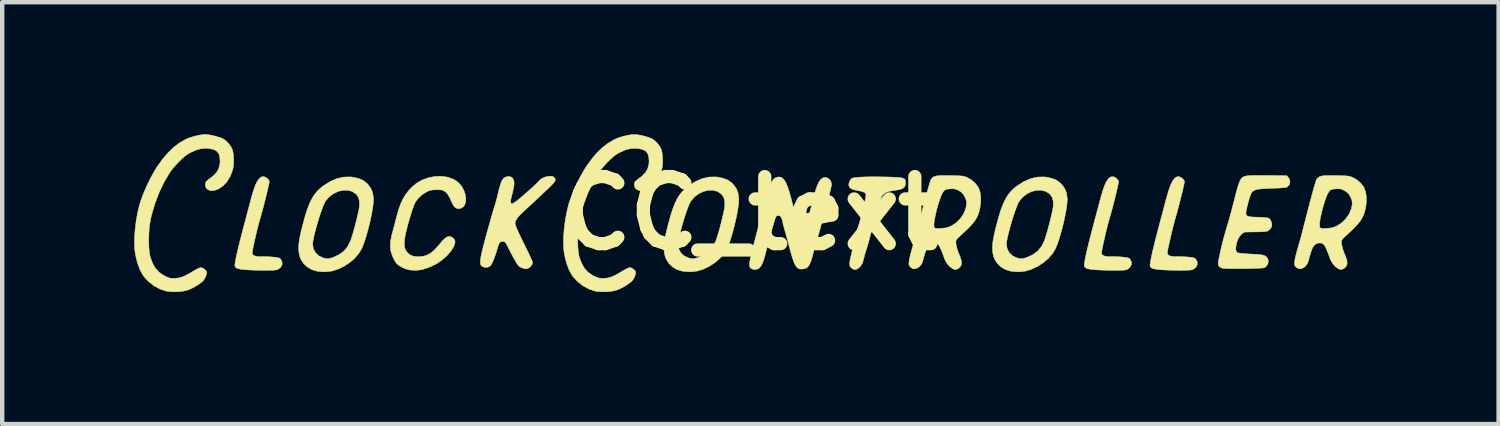
<source format=kicad_pcb>
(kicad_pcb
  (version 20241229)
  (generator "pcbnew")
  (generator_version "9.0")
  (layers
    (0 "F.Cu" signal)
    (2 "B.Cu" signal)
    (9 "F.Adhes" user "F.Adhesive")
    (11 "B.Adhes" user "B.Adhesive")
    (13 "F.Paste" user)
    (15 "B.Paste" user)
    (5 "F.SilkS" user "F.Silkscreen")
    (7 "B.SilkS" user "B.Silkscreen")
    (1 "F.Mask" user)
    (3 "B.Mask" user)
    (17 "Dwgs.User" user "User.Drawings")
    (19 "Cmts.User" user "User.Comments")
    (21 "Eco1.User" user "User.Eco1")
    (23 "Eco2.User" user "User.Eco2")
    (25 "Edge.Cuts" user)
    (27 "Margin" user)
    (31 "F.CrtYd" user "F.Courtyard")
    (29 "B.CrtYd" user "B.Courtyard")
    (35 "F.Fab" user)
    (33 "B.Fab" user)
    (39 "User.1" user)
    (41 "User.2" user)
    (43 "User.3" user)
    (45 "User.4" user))
  (footprint "CC_text"
    (layer "F.Cu")
    (at 14.002 1.797)
    (property "Reference" "CC_text" (at 0 0 0) (layer "F.SilkS") (effects (font (size 1.524 1.524) (thickness 0.3))))
    (attr through_hole)
    (fp_poly (pts (xy -11.043 -0.829) (xy -10.999 -0.807) (xy -10.96 -0.774) (xy -10.936 -0.739) (xy -10.933 -0.725) (xy -10.937 -0.693) (xy -10.948 -0.635) (xy -10.966 -0.556) (xy -10.988 -0.462) (xy -11.014 -0.357) (xy -11.041 -0.246) (xy -11.07 -0.136) (xy -11.098 -0.032) (xy -11.124 0.06) (xy -11.151 0.155) (xy -11.175 0.243) (xy -11.198 0.331) (xy -11.221 0.424) (xy -11.246 0.531) (xy -11.274 0.656) (xy -11.303 0.792) (xy -11.314 0.851) (xy -11.319 0.9) (xy -11.318 0.926) (xy -11.29 0.956) (xy -11.238 0.976) (xy -11.168 0.985) (xy -11.127 0.984) (xy -11.072 0.983) (xy -10.996 0.985) (xy -10.912 0.989) (xy -10.871 0.992) (xy -10.793 0.999) (xy -10.741 1.007) (xy -10.708 1.016) (xy -10.686 1.03) (xy -10.669 1.048) (xy -10.641 1.107) (xy -10.642 1.168) (xy -10.672 1.225) (xy -10.729 1.271) (xy -10.736 1.274) (xy -10.761 1.284) (xy -10.798 1.29) (xy -10.852 1.294) (xy -10.927 1.296) (xy -11.029 1.297) (xy -11.076 1.297) (xy -11.183 1.295) (xy -11.29 1.292) (xy -11.388 1.288) (xy -11.468 1.283) (xy -11.505 1.28) (xy -11.591 1.269) (xy -11.65 1.256) (xy -11.687 1.238) (xy -11.708 1.214) (xy -11.714 1.195) (xy -11.714 1.167) (xy -11.707 1.114) (xy -11.694 1.041) (xy -11.677 0.955) (xy -11.665 0.904) (xy -11.651 0.844) (xy -11.637 0.783) (xy -11.621 0.718) (xy -11.603 0.646) (xy -11.582 0.564) (xy -11.558 0.469) (xy -11.529 0.357) (xy -11.494 0.227) (xy -11.454 0.075) (xy -11.407 -0.102) (xy -11.352 -0.307) (xy -11.336 -0.37) (xy -11.291 -0.522) (xy -11.247 -0.643) (xy -11.202 -0.734) (xy -11.157 -0.795) (xy -11.109 -0.827) (xy -11.06 -0.833) (xy -11.043 -0.829)) (stroke (width 0.01) (type solid)) (fill yes) (layer "F.SilkS"))
    (fp_poly (pts (xy 8.258 -0.829) (xy 8.301 -0.807) (xy 8.34 -0.774) (xy 8.365 -0.739) (xy 8.368 -0.725) (xy 8.364 -0.693) (xy 8.352 -0.635) (xy 8.335 -0.556) (xy 8.313 -0.462) (xy 8.287 -0.357) (xy 8.259 -0.246) (xy 8.231 -0.136) (xy 8.203 -0.032) (xy 8.177 0.06) (xy 8.15 0.155) (xy 8.125 0.243) (xy 8.103 0.331) (xy 8.08 0.424) (xy 8.055 0.531) (xy 8.027 0.656) (xy 7.997 0.792) (xy 7.987 0.851) (xy 7.981 0.9) (xy 7.983 0.926) (xy 8.011 0.956) (xy 8.063 0.976) (xy 8.133 0.985) (xy 8.174 0.984) (xy 8.229 0.983) (xy 8.305 0.985) (xy 8.388 0.989) (xy 8.43 0.992) (xy 8.507 0.999) (xy 8.559 1.007) (xy 8.593 1.016) (xy 8.615 1.03) (xy 8.631 1.048) (xy 8.66 1.107) (xy 8.658 1.168) (xy 8.629 1.225) (xy 8.572 1.271) (xy 8.565 1.274) (xy 8.54 1.284) (xy 8.503 1.29) (xy 8.449 1.294) (xy 8.374 1.296) (xy 8.272 1.297) (xy 8.225 1.297) (xy 8.118 1.295) (xy 8.011 1.292) (xy 7.913 1.288) (xy 7.833 1.283) (xy 7.796 1.28) (xy 7.709 1.269) (xy 7.65 1.256) (xy 7.614 1.238) (xy 7.593 1.214) (xy 7.587 1.195) (xy 7.587 1.167) (xy 7.594 1.114) (xy 7.607 1.041) (xy 7.624 0.955) (xy 7.635 0.904) (xy 7.649 0.844) (xy 7.664 0.783) (xy 7.679 0.718) (xy 7.697 0.646) (xy 7.718 0.564) (xy 7.743 0.469) (xy 7.772 0.357) (xy 7.806 0.227) (xy 7.847 0.075) (xy 7.894 -0.102) (xy 7.948 -0.307) (xy 7.965 -0.37) (xy 8.01 -0.522) (xy 8.054 -0.643) (xy 8.098 -0.734) (xy 8.144 -0.795) (xy 8.191 -0.827) (xy 8.241 -0.833) (xy 8.258 -0.829)) (stroke (width 0.01) (type solid)) (fill yes) (layer "F.SilkS"))
    (fp_poly (pts (xy 9.754 -0.829) (xy 9.797 -0.807) (xy 9.836 -0.774) (xy 9.861 -0.739) (xy 9.864 -0.725) (xy 9.86 -0.693) (xy 9.849 -0.635) (xy 9.831 -0.556) (xy 9.809 -0.462) (xy 9.783 -0.357) (xy 9.755 -0.246) (xy 9.727 -0.136) (xy 9.699 -0.032) (xy 9.673 0.06) (xy 9.646 0.155) (xy 9.621 0.243) (xy 9.599 0.331) (xy 9.576 0.424) (xy 9.551 0.531) (xy 9.523 0.656) (xy 9.493 0.792) (xy 9.483 0.851) (xy 9.477 0.9) (xy 9.479 0.926) (xy 9.507 0.956) (xy 9.559 0.976) (xy 9.629 0.985) (xy 9.67 0.984) (xy 9.725 0.983) (xy 9.801 0.985) (xy 9.884 0.989) (xy 9.926 0.992) (xy 10.003 0.999) (xy 10.055 1.007) (xy 10.089 1.016) (xy 10.111 1.03) (xy 10.127 1.048) (xy 10.156 1.107) (xy 10.154 1.168) (xy 10.125 1.225) (xy 10.068 1.271) (xy 10.061 1.274) (xy 10.036 1.284) (xy 9.999 1.29) (xy 9.945 1.294) (xy 9.87 1.296) (xy 9.768 1.297) (xy 9.721 1.297) (xy 9.614 1.295) (xy 9.507 1.292) (xy 9.409 1.288) (xy 9.329 1.283) (xy 9.292 1.28) (xy 9.205 1.269) (xy 9.146 1.256) (xy 9.11 1.238) (xy 9.089 1.214) (xy 9.083 1.195) (xy 9.083 1.167) (xy 9.09 1.114) (xy 9.103 1.041) (xy 9.12 0.955) (xy 9.131 0.904) (xy 9.145 0.844) (xy 9.16 0.783) (xy 9.176 0.718) (xy 9.193 0.646) (xy 9.214 0.564) (xy 9.239 0.469) (xy 9.268 0.357) (xy 9.302 0.227) (xy 9.343 0.075) (xy 9.39 -0.102) (xy 9.444 -0.307) (xy 9.461 -0.37) (xy 9.506 -0.522) (xy 9.55 -0.643) (xy 9.594 -0.734) (xy 9.64 -0.795) (xy 9.687 -0.827) (xy 9.737 -0.833) (xy 9.754 -0.829)) (stroke (width 0.01) (type solid)) (fill yes) (layer "F.SilkS"))
    (fp_poly (pts (xy 2.964 -0.828) (xy 3.055 -0.827) (xy 3.192 -0.823) (xy 3.299 -0.819) (xy 3.38 -0.813) (xy 3.439 -0.805) (xy 3.48 -0.794) (xy 3.505 -0.778) (xy 3.519 -0.757) (xy 3.525 -0.729) (xy 3.526 -0.694) (xy 3.526 -0.692) (xy 3.52 -0.636) (xy 3.499 -0.594) (xy 3.459 -0.563) (xy 3.397 -0.541) (xy 3.306 -0.523) (xy 3.273 -0.519) (xy 3.178 -0.504) (xy 3.109 -0.486) (xy 3.058 -0.462) (xy 3.018 -0.429) (xy 2.99 -0.394) (xy 2.977 -0.367) (xy 2.958 -0.312) (xy 2.933 -0.236) (xy 2.903 -0.14) (xy 2.871 -0.032) (xy 2.837 0.086) (xy 2.803 0.208) (xy 2.77 0.33) (xy 2.739 0.447) (xy 2.717 0.534) (xy 2.694 0.625) (xy 2.666 0.723) (xy 2.639 0.813) (xy 2.63 0.838) (xy 2.607 0.91) (xy 2.588 0.979) (xy 2.575 1.032) (xy 2.573 1.043) (xy 2.547 1.135) (xy 2.499 1.207) (xy 2.465 1.239) (xy 2.415 1.273) (xy 2.371 1.28) (xy 2.326 1.263) (xy 2.291 1.24) (xy 2.268 1.213) (xy 2.256 1.177) (xy 2.256 1.127) (xy 2.266 1.057) (xy 2.287 0.964) (xy 2.301 0.907) (xy 2.325 0.807) (xy 2.352 0.695) (xy 2.378 0.587) (xy 2.39 0.533) (xy 2.41 0.447) (xy 2.433 0.362) (xy 2.454 0.289) (xy 2.466 0.254) (xy 2.485 0.194) (xy 2.507 0.116) (xy 2.531 0.025) (xy 2.556 -0.071) (xy 2.579 -0.167) (xy 2.599 -0.256) (xy 2.614 -0.333) (xy 2.624 -0.391) (xy 2.627 -0.424) (xy 2.627 -0.425) (xy 2.618 -0.451) (xy 2.596 -0.471) (xy 2.554 -0.489) (xy 2.489 -0.506) (xy 2.396 -0.524) (xy 2.392 -0.525) (xy 2.312 -0.547) (xy 2.261 -0.582) (xy 2.238 -0.63) (xy 2.236 -0.652) (xy 2.246 -0.704) (xy 2.27 -0.754) (xy 2.302 -0.791) (xy 2.313 -0.797) (xy 2.359 -0.809) (xy 2.434 -0.818) (xy 2.535 -0.824) (xy 2.659 -0.828) (xy 2.804 -0.83) (xy 2.964 -0.828)) (stroke (width 0.01) (type solid)) (fill yes) (layer "F.SilkS"))
    (fp_poly (pts (xy -9.042 -0.822) (xy -8.915 -0.795) (xy -8.812 -0.754) (xy -8.728 -0.693) (xy -8.69 -0.655) (xy -8.625 -0.567) (xy -8.585 -0.47) (xy -8.567 -0.357) (xy -8.565 -0.304) (xy -8.571 -0.214) (xy -8.586 -0.1) (xy -8.61 0.032) (xy -8.64 0.174) (xy -8.675 0.32) (xy -8.714 0.463) (xy -8.754 0.596) (xy -8.795 0.713) (xy -8.833 0.805) (xy -8.903 0.92) (xy -8.998 1.028) (xy -9.113 1.125) (xy -9.242 1.208) (xy -9.379 1.272) (xy -9.516 1.314) (xy -9.648 1.33) (xy -9.662 1.33) (xy -9.734 1.327) (xy -9.806 1.321) (xy -9.851 1.315) (xy -9.964 1.281) (xy -10.066 1.222) (xy -10.151 1.143) (xy -10.213 1.048) (xy -10.237 0.987) (xy -10.255 0.911) (xy -10.265 0.833) (xy -10.265 0.748) (xy -10.261 0.707) (xy -9.947 0.707) (xy -9.929 0.81) (xy -9.883 0.897) (xy -9.811 0.965) (xy -9.715 1.011) (xy -9.711 1.012) (xy -9.656 1.027) (xy -9.612 1.033) (xy -9.568 1.027) (xy -9.509 1.011) (xy -9.483 1.002) (xy -9.348 0.941) (xy -9.237 0.859) (xy -9.15 0.754) (xy -9.087 0.626) (xy -9.084 0.619) (xy -9.056 0.535) (xy -9.025 0.433) (xy -8.994 0.321) (xy -8.963 0.204) (xy -8.935 0.09) (xy -8.911 -0.014) (xy -8.893 -0.101) (xy -8.884 -0.165) (xy -8.883 -0.173) (xy -8.885 -0.283) (xy -8.912 -0.371) (xy -8.965 -0.441) (xy -9.045 -0.493) (xy -9.063 -0.501) (xy -9.16 -0.525) (xy -9.266 -0.522) (xy -9.374 -0.494) (xy -9.478 -0.444) (xy -9.57 -0.375) (xy -9.647 -0.288) (xy -9.663 -0.262) (xy -9.691 -0.208) (xy -9.723 -0.128) (xy -9.758 -0.03) (xy -9.795 0.08) (xy -9.831 0.198) (xy -9.865 0.317) (xy -9.895 0.431) (xy -9.92 0.535) (xy -9.938 0.622) (xy -9.947 0.687) (xy -9.947 0.707) (xy -10.261 0.707) (xy -10.256 0.651) (xy -10.237 0.537) (xy -10.207 0.401) (xy -10.171 0.258) (xy -10.121 0.074) (xy -10.072 -0.082) (xy -10.022 -0.213) (xy -9.97 -0.323) (xy -9.913 -0.416) (xy -9.849 -0.496) (xy -9.776 -0.567) (xy -9.711 -0.62) (xy -9.554 -0.72) (xy -9.397 -0.788) (xy -9.241 -0.824) (xy -9.085 -0.827) (xy -9.042 -0.822)) (stroke (width 0.01) (type solid)) (fill yes) (layer "F.SilkS"))
    (fp_poly (pts (xy -0.74 -0.822) (xy -0.613 -0.795) (xy -0.51 -0.754) (xy -0.425 -0.693) (xy -0.387 -0.655) (xy -0.322 -0.567) (xy -0.282 -0.47) (xy -0.265 -0.357) (xy -0.263 -0.304) (xy -0.269 -0.214) (xy -0.284 -0.1) (xy -0.307 0.032) (xy -0.338 0.174) (xy -0.373 0.32) (xy -0.412 0.463) (xy -0.452 0.596) (xy -0.492 0.713) (xy -0.531 0.805) (xy -0.6 0.92) (xy -0.696 1.028) (xy -0.811 1.125) (xy -0.94 1.208) (xy -1.076 1.272) (xy -1.214 1.314) (xy -1.346 1.33) (xy -1.36 1.33) (xy -1.432 1.327) (xy -1.504 1.321) (xy -1.549 1.315) (xy -1.662 1.281) (xy -1.764 1.222) (xy -1.849 1.143) (xy -1.911 1.048) (xy -1.935 0.987) (xy -1.953 0.911) (xy -1.962 0.833) (xy -1.963 0.748) (xy -1.959 0.707) (xy -1.645 0.707) (xy -1.627 0.81) (xy -1.581 0.897) (xy -1.509 0.965) (xy -1.412 1.011) (xy -1.408 1.012) (xy -1.353 1.027) (xy -1.31 1.033) (xy -1.265 1.027) (xy -1.207 1.011) (xy -1.18 1.002) (xy -1.045 0.941) (xy -0.935 0.859) (xy -0.848 0.754) (xy -0.785 0.626) (xy -0.782 0.619) (xy -0.754 0.535) (xy -0.723 0.433) (xy -0.691 0.321) (xy -0.661 0.204) (xy -0.633 0.09) (xy -0.609 -0.014) (xy -0.591 -0.101) (xy -0.581 -0.165) (xy -0.581 -0.173) (xy -0.583 -0.283) (xy -0.61 -0.371) (xy -0.663 -0.441) (xy -0.742 -0.493) (xy -0.76 -0.501) (xy -0.858 -0.525) (xy -0.964 -0.522) (xy -1.072 -0.494) (xy -1.175 -0.444) (xy -1.268 -0.375) (xy -1.344 -0.288) (xy -1.361 -0.262) (xy -1.388 -0.208) (xy -1.421 -0.128) (xy -1.456 -0.03) (xy -1.492 0.08) (xy -1.529 0.198) (xy -1.563 0.317) (xy -1.593 0.431) (xy -1.618 0.535) (xy -1.636 0.622) (xy -1.644 0.687) (xy -1.645 0.707) (xy -1.959 0.707) (xy -1.954 0.651) (xy -1.934 0.537) (xy -1.905 0.401) (xy -1.869 0.258) (xy -1.819 0.074) (xy -1.77 -0.082) (xy -1.72 -0.213) (xy -1.668 -0.323) (xy -1.611 -0.416) (xy -1.547 -0.496) (xy -1.474 -0.567) (xy -1.409 -0.62) (xy -1.251 -0.72) (xy -1.095 -0.788) (xy -0.938 -0.824) (xy -0.782 -0.827) (xy -0.74 -0.822)) (stroke (width 0.01) (type solid)) (fill yes) (layer "F.SilkS"))
    (fp_poly (pts (xy 6.724 -0.822) (xy 6.851 -0.795) (xy 6.954 -0.754) (xy 7.038 -0.693) (xy 7.076 -0.655) (xy 7.141 -0.567) (xy 7.181 -0.47) (xy 7.199 -0.357) (xy 7.201 -0.304) (xy 7.195 -0.214) (xy 7.18 -0.1) (xy 7.156 0.032) (xy 7.126 0.174) (xy 7.091 0.32) (xy 7.052 0.463) (xy 7.012 0.596) (xy 6.971 0.713) (xy 6.933 0.805) (xy 6.864 0.92) (xy 6.768 1.028) (xy 6.653 1.125) (xy 6.524 1.208) (xy 6.388 1.272) (xy 6.25 1.314) (xy 6.118 1.33) (xy 6.104 1.33) (xy 6.032 1.327) (xy 5.96 1.321) (xy 5.915 1.315) (xy 5.802 1.281) (xy 5.7 1.222) (xy 5.615 1.143) (xy 5.553 1.048) (xy 5.529 0.987) (xy 5.511 0.911) (xy 5.501 0.833) (xy 5.501 0.748) (xy 5.505 0.707) (xy 5.819 0.707) (xy 5.837 0.81) (xy 5.883 0.897) (xy 5.955 0.965) (xy 6.051 1.011) (xy 6.056 1.012) (xy 6.11 1.027) (xy 6.154 1.033) (xy 6.198 1.027) (xy 6.257 1.011) (xy 6.283 1.002) (xy 6.419 0.941) (xy 6.529 0.859) (xy 6.616 0.754) (xy 6.679 0.626) (xy 6.682 0.619) (xy 6.71 0.535) (xy 6.741 0.433) (xy 6.772 0.321) (xy 6.803 0.204) (xy 6.831 0.09) (xy 6.855 -0.014) (xy 6.873 -0.101) (xy 6.882 -0.165) (xy 6.883 -0.173) (xy 6.881 -0.283) (xy 6.854 -0.371) (xy 6.801 -0.441) (xy 6.721 -0.493) (xy 6.703 -0.501) (xy 6.606 -0.525) (xy 6.5 -0.522) (xy 6.392 -0.494) (xy 6.288 -0.444) (xy 6.196 -0.375) (xy 6.12 -0.288) (xy 6.103 -0.262) (xy 6.075 -0.208) (xy 6.043 -0.128) (xy 6.008 -0.03) (xy 5.971 0.08) (xy 5.935 0.198) (xy 5.901 0.317) (xy 5.871 0.431) (xy 5.846 0.535) (xy 5.828 0.622) (xy 5.819 0.687) (xy 5.819 0.707) (xy 5.505 0.707) (xy 5.51 0.651) (xy 5.53 0.537) (xy 5.559 0.401) (xy 5.595 0.258) (xy 5.645 0.074) (xy 5.694 -0.082) (xy 5.744 -0.213) (xy 5.796 -0.323) (xy 5.853 -0.416) (xy 5.917 -0.496) (xy 5.99 -0.567) (xy 6.055 -0.62) (xy 6.213 -0.72) (xy 6.369 -0.788) (xy 6.525 -0.824) (xy 6.682 -0.827) (xy 6.724 -0.822)) (stroke (width 0.01) (type solid)) (fill yes) (layer "F.SilkS"))
    (fp_poly (pts (xy -6.885 -0.823) (xy -6.757 -0.778) (xy -6.688 -0.74) (xy -6.614 -0.678) (xy -6.555 -0.603) (xy -6.51 -0.519) (xy -6.48 -0.431) (xy -6.466 -0.345) (xy -6.469 -0.264) (xy -6.49 -0.195) (xy -6.529 -0.142) (xy -6.587 -0.11) (xy -6.588 -0.109) (xy -6.651 -0.106) (xy -6.685 -0.118) (xy -6.71 -0.133) (xy -6.733 -0.157) (xy -6.757 -0.194) (xy -6.785 -0.251) (xy -6.822 -0.332) (xy -6.828 -0.347) (xy -6.878 -0.433) (xy -6.93 -0.487) (xy -6.965 -0.511) (xy -6.997 -0.525) (xy -7.038 -0.532) (xy -7.098 -0.534) (xy -7.126 -0.534) (xy -7.203 -0.532) (xy -7.262 -0.524) (xy -7.317 -0.506) (xy -7.352 -0.49) (xy -7.452 -0.429) (xy -7.542 -0.348) (xy -7.611 -0.255) (xy -7.626 -0.226) (xy -7.652 -0.165) (xy -7.683 -0.079) (xy -7.716 0.025) (xy -7.75 0.138) (xy -7.783 0.254) (xy -7.811 0.366) (xy -7.835 0.465) (xy -7.849 0.541) (xy -7.863 0.646) (xy -7.864 0.727) (xy -7.853 0.792) (xy -7.828 0.847) (xy -7.797 0.889) (xy -7.739 0.942) (xy -7.667 0.973) (xy -7.574 0.985) (xy -7.542 0.986) (xy -7.44 0.977) (xy -7.349 0.951) (xy -7.264 0.905) (xy -7.18 0.834) (xy -7.092 0.737) (xy -7.067 0.706) (xy -6.993 0.619) (xy -6.929 0.561) (xy -6.874 0.53) (xy -6.824 0.526) (xy -6.776 0.546) (xy -6.751 0.566) (xy -6.72 0.604) (xy -6.71 0.647) (xy -6.72 0.701) (xy -6.751 0.773) (xy -6.752 0.774) (xy -6.811 0.867) (xy -6.894 0.962) (xy -6.996 1.052) (xy -7.108 1.132) (xy -7.176 1.17) (xy -7.326 1.238) (xy -7.463 1.28) (xy -7.593 1.297) (xy -7.723 1.29) (xy -7.77 1.282) (xy -7.842 1.26) (xy -7.918 1.227) (xy -7.986 1.187) (xy -8.033 1.148) (xy -8.075 1.091) (xy -8.116 1.012) (xy -8.151 0.925) (xy -8.171 0.857) (xy -8.183 0.747) (xy -8.174 0.616) (xy -8.142 0.464) (xy -8.131 0.424) (xy -8.11 0.351) (xy -8.086 0.258) (xy -8.06 0.16) (xy -8.042 0.089) (xy -7.996 -0.077) (xy -7.947 -0.215) (xy -7.891 -0.334) (xy -7.826 -0.439) (xy -7.747 -0.538) (xy -7.694 -0.594) (xy -7.582 -0.687) (xy -7.453 -0.759) (xy -7.313 -0.809) (xy -7.169 -0.837) (xy -7.024 -0.842) (xy -6.885 -0.823)) (stroke (width 0.01) (type solid)) (fill yes) (layer "F.SilkS"))
    (fp_poly (pts (xy -4.512 -0.843) (xy -4.469 -0.825) (xy -4.465 -0.821) (xy -4.445 -0.798) (xy -4.434 -0.777) (xy -4.433 -0.753) (xy -4.446 -0.725) (xy -4.473 -0.688) (xy -4.518 -0.64) (xy -4.582 -0.577) (xy -4.668 -0.495) (xy -4.689 -0.475) (xy -4.779 -0.39) (xy -4.873 -0.302) (xy -4.964 -0.217) (xy -5.045 -0.143) (xy -5.109 -0.083) (xy -5.116 -0.077) (xy -5.205 0.006) (xy -5.27 0.075) (xy -5.313 0.132) (xy -5.338 0.181) (xy -5.346 0.227) (xy -5.346 0.239) (xy -5.338 0.271) (xy -5.315 0.329) (xy -5.28 0.411) (xy -5.233 0.512) (xy -5.175 0.632) (xy -5.146 0.69) (xy -5.094 0.796) (xy -5.047 0.893) (xy -5.007 0.978) (xy -4.976 1.045) (xy -4.956 1.091) (xy -4.948 1.112) (xy -4.948 1.112) (xy -4.962 1.164) (xy -4.998 1.213) (xy -5.044 1.246) (xy -5.049 1.248) (xy -5.085 1.26) (xy -5.11 1.263) (xy -5.137 1.258) (xy -5.181 1.243) (xy -5.187 1.241) (xy -5.234 1.219) (xy -5.269 1.195) (xy -5.274 1.188) (xy -5.311 1.133) (xy -5.359 1.051) (xy -5.416 0.948) (xy -5.479 0.827) (xy -5.546 0.692) (xy -5.581 0.651) (xy -5.63 0.636) (xy -5.673 0.647) (xy -5.7 0.67) (xy -5.723 0.715) (xy -5.741 0.773) (xy -5.781 0.904) (xy -5.82 1.016) (xy -5.856 1.105) (xy -5.888 1.168) (xy -5.915 1.201) (xy -5.972 1.228) (xy -6.037 1.229) (xy -6.095 1.206) (xy -6.102 1.202) (xy -6.118 1.185) (xy -6.13 1.162) (xy -6.136 1.131) (xy -6.136 1.09) (xy -6.131 1.035) (xy -6.119 0.964) (xy -6.099 0.876) (xy -6.073 0.766) (xy -6.038 0.632) (xy -5.995 0.473) (xy -5.943 0.285) (xy -5.935 0.258) (xy -5.905 0.151) (xy -5.876 0.05) (xy -5.85 -0.038) (xy -5.829 -0.109) (xy -5.814 -0.156) (xy -5.811 -0.164) (xy -5.797 -0.21) (xy -5.778 -0.278) (xy -5.756 -0.359) (xy -5.738 -0.436) (xy -5.71 -0.549) (xy -5.686 -0.635) (xy -5.665 -0.699) (xy -5.644 -0.745) (xy -5.621 -0.778) (xy -5.599 -0.801) (xy -5.545 -0.83) (xy -5.485 -0.838) (xy -5.43 -0.822) (xy -5.411 -0.807) (xy -5.382 -0.764) (xy -5.369 -0.707) (xy -5.372 -0.63) (xy -5.391 -0.531) (xy -5.402 -0.485) (xy -5.428 -0.384) (xy -5.444 -0.307) (xy -5.448 -0.254) (xy -5.439 -0.225) (xy -5.415 -0.219) (xy -5.374 -0.237) (xy -5.315 -0.277) (xy -5.236 -0.341) (xy -5.135 -0.428) (xy -5.106 -0.453) (xy -5.025 -0.525) (xy -4.951 -0.592) (xy -4.888 -0.65) (xy -4.841 -0.695) (xy -4.813 -0.724) (xy -4.808 -0.731) (xy -4.767 -0.772) (xy -4.708 -0.807) (xy -4.64 -0.832) (xy -4.572 -0.844) (xy -4.512 -0.843)) (stroke (width 0.01) (type solid)) (fill yes) (layer "F.SilkS"))
    (fp_poly (pts (xy 11.646 -0.86) (xy 11.73 -0.859) (xy 12.19 -0.855) (xy 12.227 -0.813) (xy 12.257 -0.758) (xy 12.261 -0.698) (xy 12.242 -0.641) (xy 12.201 -0.599) (xy 12.193 -0.594) (xy 12.165 -0.588) (xy 12.111 -0.581) (xy 12.036 -0.575) (xy 11.947 -0.571) (xy 11.87 -0.568) (xy 11.735 -0.563) (xy 11.63 -0.557) (xy 11.549 -0.548) (xy 11.489 -0.536) (xy 11.445 -0.519) (xy 11.413 -0.496) (xy 11.39 -0.467) (xy 11.378 -0.446) (xy 11.359 -0.399) (xy 11.336 -0.33) (xy 11.313 -0.25) (xy 11.292 -0.167) (xy 11.274 -0.091) (xy 11.264 -0.03) (xy 11.261 -0.003) (xy 11.265 0.029) (xy 11.28 0.052) (xy 11.309 0.068) (xy 11.358 0.079) (xy 11.43 0.085) (xy 11.531 0.088) (xy 11.538 0.088) (xy 11.629 0.092) (xy 11.704 0.098) (xy 11.759 0.105) (xy 11.783 0.112) (xy 11.815 0.146) (xy 11.839 0.198) (xy 11.85 0.257) (xy 11.844 0.307) (xy 11.82 0.347) (xy 11.783 0.384) (xy 11.782 0.385) (xy 11.761 0.399) (xy 11.735 0.408) (xy 11.699 0.415) (xy 11.647 0.419) (xy 11.572 0.421) (xy 11.503 0.423) (xy 11.416 0.424) (xy 11.34 0.425) (xy 11.281 0.426) (xy 11.246 0.427) (xy 11.241 0.427) (xy 11.212 0.438) (xy 11.173 0.465) (xy 11.154 0.481) (xy 11.112 0.533) (xy 11.076 0.6) (xy 11.05 0.675) (xy 11.034 0.75) (xy 11.031 0.816) (xy 11.042 0.868) (xy 11.058 0.889) (xy 11.088 0.9) (xy 11.151 0.91) (xy 11.246 0.918) (xy 11.333 0.924) (xy 11.45 0.93) (xy 11.539 0.936) (xy 11.604 0.943) (xy 11.651 0.951) (xy 11.685 0.962) (xy 11.71 0.976) (xy 11.731 0.994) (xy 11.732 0.995) (xy 11.764 1.048) (xy 11.77 1.109) (xy 11.751 1.169) (xy 11.708 1.22) (xy 11.684 1.236) (xy 11.659 1.241) (xy 11.607 1.246) (xy 11.532 1.25) (xy 11.44 1.253) (xy 11.337 1.256) (xy 11.227 1.258) (xy 11.116 1.259) (xy 11.009 1.259) (xy 10.911 1.258) (xy 10.828 1.256) (xy 10.765 1.253) (xy 10.729 1.25) (xy 10.684 1.23) (xy 10.65 1.2) (xy 10.639 1.184) (xy 10.632 1.167) (xy 10.63 1.144) (xy 10.633 1.11) (xy 10.641 1.06) (xy 10.656 0.988) (xy 10.677 0.89) (xy 10.677 0.887) (xy 10.702 0.779) (xy 10.729 0.665) (xy 10.757 0.557) (xy 10.783 0.465) (xy 10.791 0.436) (xy 10.839 0.277) (xy 10.887 0.112) (xy 10.936 -0.067) (xy 10.988 -0.268) (xy 11.021 -0.399) (xy 11.047 -0.497) (xy 11.073 -0.588) (xy 11.097 -0.664) (xy 11.118 -0.721) (xy 11.131 -0.749) (xy 11.151 -0.781) (xy 11.172 -0.806) (xy 11.197 -0.825) (xy 11.23 -0.84) (xy 11.274 -0.85) (xy 11.334 -0.856) (xy 11.414 -0.859) (xy 11.516 -0.86) (xy 11.646 -0.86)) (stroke (width 0.01) (type solid)) (fill yes) (layer "F.SilkS"))
    (fp_poly (pts (xy 0.722 -0.805) (xy 0.767 -0.761) (xy 0.809 -0.691) (xy 0.849 -0.594) (xy 0.89 -0.467) (xy 0.933 -0.31) (xy 0.936 -0.296) (xy 0.979 -0.129) (xy 1.019 0.02) (xy 1.055 0.149) (xy 1.088 0.256) (xy 1.116 0.338) (xy 1.138 0.392) (xy 1.154 0.417) (xy 1.155 0.417) (xy 1.193 0.425) (xy 1.227 0.405) (xy 1.25 0.36) (xy 1.253 0.352) (xy 1.262 0.314) (xy 1.279 0.25) (xy 1.301 0.164) (xy 1.327 0.061) (xy 1.357 -0.054) (xy 1.389 -0.176) (xy 1.421 -0.3) (xy 1.441 -0.378) (xy 1.479 -0.513) (xy 1.515 -0.618) (xy 1.55 -0.698) (xy 1.587 -0.755) (xy 1.627 -0.792) (xy 1.671 -0.812) (xy 1.726 -0.814) (xy 1.778 -0.789) (xy 1.819 -0.744) (xy 1.842 -0.687) (xy 1.844 -0.652) (xy 1.84 -0.62) (xy 1.827 -0.563) (xy 1.808 -0.485) (xy 1.785 -0.394) (xy 1.758 -0.296) (xy 1.726 -0.178) (xy 1.691 -0.049) (xy 1.657 0.08) (xy 1.626 0.195) (xy 1.611 0.255) (xy 1.586 0.35) (xy 1.56 0.442) (xy 1.537 0.523) (xy 1.518 0.585) (xy 1.513 0.6) (xy 1.493 0.661) (xy 1.47 0.741) (xy 1.448 0.826) (xy 1.438 0.863) (xy 1.407 0.987) (xy 1.379 1.081) (xy 1.35 1.152) (xy 1.32 1.201) (xy 1.287 1.234) (xy 1.247 1.253) (xy 1.218 1.261) (xy 1.165 1.268) (xy 1.12 1.265) (xy 1.081 1.249) (xy 1.047 1.218) (xy 1.015 1.167) (xy 0.984 1.095) (xy 0.951 0.999) (xy 0.915 0.875) (xy 0.887 0.768) (xy 0.86 0.67) (xy 0.833 0.569) (xy 0.808 0.477) (xy 0.787 0.404) (xy 0.783 0.39) (xy 0.763 0.318) (xy 0.745 0.25) (xy 0.733 0.197) (xy 0.732 0.189) (xy 0.719 0.136) (xy 0.7 0.092) (xy 0.697 0.086) (xy 0.664 0.056) (xy 0.624 0.05) (xy 0.59 0.066) (xy 0.577 0.086) (xy 0.554 0.151) (xy 0.526 0.242) (xy 0.493 0.354) (xy 0.457 0.479) (xy 0.421 0.614) (xy 0.385 0.75) (xy 0.351 0.884) (xy 0.344 0.912) (xy 0.309 1.041) (xy 0.273 1.139) (xy 0.235 1.207) (xy 0.195 1.249) (xy 0.183 1.257) (xy 0.123 1.279) (xy 0.07 1.276) (xy 0.034 1.262) (xy 0.01 1.247) (xy -0.008 1.228) (xy -0.018 1.203) (xy -0.021 1.166) (xy -0.017 1.115) (xy -0.005 1.045) (xy 0.016 0.953) (xy 0.044 0.835) (xy 0.065 0.752) (xy 0.096 0.629) (xy 0.129 0.505) (xy 0.16 0.386) (xy 0.189 0.281) (xy 0.212 0.196) (xy 0.222 0.164) (xy 0.245 0.085) (xy 0.274 -0.017) (xy 0.305 -0.131) (xy 0.338 -0.248) (xy 0.361 -0.336) (xy 0.4 -0.475) (xy 0.434 -0.585) (xy 0.465 -0.668) (xy 0.495 -0.73) (xy 0.524 -0.772) (xy 0.555 -0.798) (xy 0.562 -0.801) (xy 0.621 -0.824) (xy 0.674 -0.825) (xy 0.722 -0.805)) (stroke (width 0.01) (type solid)) (fill yes) (layer "F.SilkS"))
    (fp_poly (pts (xy -12.315 -1.786) (xy -12.226 -1.77) (xy -12.131 -1.746) (xy -12.045 -1.719) (xy -11.985 -1.693) (xy -11.922 -1.65) (xy -11.86 -1.588) (xy -11.807 -1.519) (xy -11.774 -1.454) (xy -11.773 -1.452) (xy -11.754 -1.37) (xy -11.744 -1.271) (xy -11.742 -1.165) (xy -11.748 -1.067) (xy -11.762 -0.994) (xy -11.818 -0.847) (xy -11.891 -0.723) (xy -11.98 -0.625) (xy -12.083 -0.556) (xy -12.092 -0.551) (xy -12.183 -0.518) (xy -12.258 -0.512) (xy -12.32 -0.534) (xy -12.341 -0.549) (xy -12.374 -0.588) (xy -12.386 -0.638) (xy -12.386 -0.65) (xy -12.385 -0.677) (xy -12.381 -0.699) (xy -12.368 -0.72) (xy -12.343 -0.745) (xy -12.301 -0.778) (xy -12.239 -0.825) (xy -12.216 -0.842) (xy -12.134 -0.922) (xy -12.08 -1.02) (xy -12.053 -1.135) (xy -12.051 -1.19) (xy -12.059 -1.289) (xy -12.085 -1.364) (xy -12.133 -1.418) (xy -12.205 -1.453) (xy -12.303 -1.472) (xy -12.347 -1.476) (xy -12.467 -1.471) (xy -12.589 -1.44) (xy -12.718 -1.383) (xy -12.784 -1.346) (xy -12.849 -1.299) (xy -12.925 -1.232) (xy -13.007 -1.152) (xy -13.086 -1.065) (xy -13.156 -0.979) (xy -13.2 -0.917) (xy -13.326 -0.704) (xy -13.438 -0.467) (xy -13.533 -0.216) (xy -13.608 0.04) (xy -13.631 0.14) (xy -13.65 0.251) (xy -13.663 0.378) (xy -13.67 0.512) (xy -13.672 0.647) (xy -13.668 0.775) (xy -13.658 0.886) (xy -13.643 0.975) (xy -13.64 0.985) (xy -13.589 1.128) (xy -13.524 1.243) (xy -13.441 1.336) (xy -13.337 1.409) (xy -13.287 1.435) (xy -13.226 1.461) (xy -13.176 1.475) (xy -13.122 1.479) (xy -13.065 1.477) (xy -13.004 1.471) (xy -12.945 1.458) (xy -12.883 1.436) (xy -12.812 1.402) (xy -12.725 1.354) (xy -12.633 1.299) (xy -12.576 1.267) (xy -12.525 1.244) (xy -12.49 1.233) (xy -12.487 1.233) (xy -12.441 1.246) (xy -12.395 1.278) (xy -12.361 1.318) (xy -12.355 1.332) (xy -12.356 1.369) (xy -12.372 1.422) (xy -12.398 1.478) (xy -12.429 1.527) (xy -12.449 1.547) (xy -12.528 1.608) (xy -12.622 1.667) (xy -12.716 1.717) (xy -12.779 1.742) (xy -12.885 1.769) (xy -13.009 1.783) (xy -13.137 1.784) (xy -13.253 1.773) (xy -13.282 1.767) (xy -13.42 1.72) (xy -13.555 1.646) (xy -13.677 1.55) (xy -13.78 1.438) (xy -13.813 1.391) (xy -13.867 1.29) (xy -13.915 1.166) (xy -13.955 1.028) (xy -13.982 0.887) (xy -13.989 0.838) (xy -13.997 0.694) (xy -13.994 0.529) (xy -13.98 0.35) (xy -13.957 0.167) (xy -13.925 -0.011) (xy -13.886 -0.176) (xy -13.863 -0.255) (xy -13.798 -0.435) (xy -13.718 -0.622) (xy -13.628 -0.805) (xy -13.534 -0.973) (xy -13.477 -1.064) (xy -13.353 -1.236) (xy -13.231 -1.379) (xy -13.108 -1.498) (xy -12.978 -1.596) (xy -12.838 -1.678) (xy -12.836 -1.679) (xy -12.75 -1.715) (xy -12.647 -1.747) (xy -12.54 -1.773) (xy -12.441 -1.789) (xy -12.387 -1.792) (xy -12.315 -1.786)) (stroke (width 0.01) (type solid)) (fill yes) (layer "F.SilkS"))
    (fp_poly (pts (xy -2.566 -1.786) (xy -2.477 -1.77) (xy -2.382 -1.746) (xy -2.296 -1.719) (xy -2.236 -1.693) (xy -2.173 -1.65) (xy -2.111 -1.588) (xy -2.058 -1.519) (xy -2.025 -1.454) (xy -2.024 -1.452) (xy -2.005 -1.37) (xy -1.995 -1.271) (xy -1.993 -1.165) (xy -1.999 -1.067) (xy -2.013 -0.994) (xy -2.069 -0.847) (xy -2.142 -0.723) (xy -2.231 -0.625) (xy -2.334 -0.556) (xy -2.343 -0.551) (xy -2.434 -0.518) (xy -2.509 -0.512) (xy -2.571 -0.534) (xy -2.592 -0.549) (xy -2.625 -0.588) (xy -2.637 -0.638) (xy -2.637 -0.65) (xy -2.636 -0.677) (xy -2.632 -0.699) (xy -2.619 -0.72) (xy -2.594 -0.745) (xy -2.552 -0.778) (xy -2.49 -0.825) (xy -2.467 -0.842) (xy -2.385 -0.922) (xy -2.331 -1.02) (xy -2.304 -1.135) (xy -2.302 -1.19) (xy -2.31 -1.289) (xy -2.337 -1.364) (xy -2.384 -1.418) (xy -2.456 -1.453) (xy -2.554 -1.472) (xy -2.598 -1.476) (xy -2.718 -1.471) (xy -2.84 -1.44) (xy -2.969 -1.383) (xy -3.035 -1.346) (xy -3.1 -1.299) (xy -3.176 -1.232) (xy -3.258 -1.152) (xy -3.337 -1.065) (xy -3.407 -0.979) (xy -3.451 -0.917) (xy -3.577 -0.704) (xy -3.689 -0.467) (xy -3.784 -0.216) (xy -3.859 0.04) (xy -3.882 0.14) (xy -3.901 0.251) (xy -3.914 0.378) (xy -3.921 0.512) (xy -3.923 0.647) (xy -3.919 0.775) (xy -3.909 0.886) (xy -3.894 0.975) (xy -3.891 0.985) (xy -3.84 1.128) (xy -3.775 1.243) (xy -3.692 1.336) (xy -3.588 1.409) (xy -3.538 1.435) (xy -3.477 1.461) (xy -3.427 1.475) (xy -3.373 1.479) (xy -3.316 1.477) (xy -3.255 1.471) (xy -3.196 1.458) (xy -3.134 1.436) (xy -3.063 1.402) (xy -2.976 1.354) (xy -2.884 1.299) (xy -2.827 1.267) (xy -2.776 1.244) (xy -2.741 1.233) (xy -2.738 1.233) (xy -2.692 1.246) (xy -2.646 1.278) (xy -2.612 1.318) (xy -2.606 1.332) (xy -2.607 1.369) (xy -2.623 1.422) (xy -2.649 1.478) (xy -2.68 1.527) (xy -2.7 1.547) (xy -2.779 1.608) (xy -2.873 1.667) (xy -2.967 1.717) (xy -3.03 1.742) (xy -3.136 1.769) (xy -3.26 1.783) (xy -3.388 1.784) (xy -3.504 1.773) (xy -3.533 1.767) (xy -3.671 1.72) (xy -3.806 1.646) (xy -3.928 1.55) (xy -4.031 1.438) (xy -4.064 1.391) (xy -4.118 1.29) (xy -4.166 1.166) (xy -4.206 1.028) (xy -4.233 0.887) (xy -4.24 0.838) (xy -4.248 0.694) (xy -4.245 0.529) (xy -4.231 0.35) (xy -4.208 0.167) (xy -4.176 -0.011) (xy -4.137 -0.176) (xy -4.114 -0.255) (xy -4.049 -0.435) (xy -3.969 -0.622) (xy -3.879 -0.805) (xy -3.785 -0.973) (xy -3.728 -1.064) (xy -3.604 -1.236) (xy -3.482 -1.379) (xy -3.359 -1.498) (xy -3.229 -1.596) (xy -3.089 -1.678) (xy -3.087 -1.679) (xy -3.001 -1.715) (xy -2.898 -1.747) (xy -2.791 -1.773) (xy -2.692 -1.789) (xy -2.638 -1.792) (xy -2.566 -1.786)) (stroke (width 0.01) (type solid)) (fill yes) (layer "F.SilkS"))
    (fp_poly (pts (xy 4.518 -0.858) (xy 4.537 -0.858) (xy 4.646 -0.856) (xy 4.728 -0.853) (xy 4.789 -0.849) (xy 4.834 -0.844) (xy 4.871 -0.835) (xy 4.904 -0.824) (xy 4.936 -0.81) (xy 5.023 -0.759) (xy 5.104 -0.688) (xy 5.168 -0.608) (xy 5.184 -0.581) (xy 5.219 -0.484) (xy 5.236 -0.367) (xy 5.234 -0.238) (xy 5.214 -0.104) (xy 5.194 -0.025) (xy 5.167 0.049) (xy 5.133 0.119) (xy 5.087 0.188) (xy 5.027 0.261) (xy 4.949 0.343) (xy 4.849 0.438) (xy 4.788 0.493) (xy 4.732 0.545) (xy 4.696 0.583) (xy 4.677 0.612) (xy 4.67 0.64) (xy 4.669 0.655) (xy 4.676 0.72) (xy 4.697 0.804) (xy 4.727 0.895) (xy 4.761 0.976) (xy 4.794 1.07) (xy 4.799 1.148) (xy 4.776 1.21) (xy 4.724 1.255) (xy 4.719 1.257) (xy 4.679 1.276) (xy 4.65 1.28) (xy 4.616 1.268) (xy 4.595 1.257) (xy 4.529 1.209) (xy 4.468 1.139) (xy 4.422 1.058) (xy 4.415 1.04) (xy 4.372 0.923) (xy 4.337 0.834) (xy 4.307 0.769) (xy 4.28 0.724) (xy 4.253 0.696) (xy 4.225 0.681) (xy 4.191 0.675) (xy 4.168 0.674) (xy 4.104 0.686) (xy 4.053 0.723) (xy 4.015 0.781) (xy 3.996 0.826) (xy 3.973 0.891) (xy 3.95 0.963) (xy 3.932 1.03) (xy 3.922 1.071) (xy 3.893 1.15) (xy 3.837 1.215) (xy 3.797 1.242) (xy 3.735 1.263) (xy 3.684 1.256) (xy 3.639 1.223) (xy 3.615 1.196) (xy 3.603 1.168) (xy 3.603 1.129) (xy 3.607 1.088) (xy 3.615 1.036) (xy 3.632 0.962) (xy 3.654 0.877) (xy 3.679 0.788) (xy 3.681 0.781) (xy 3.711 0.677) (xy 3.743 0.562) (xy 3.773 0.449) (xy 3.794 0.37) (xy 3.822 0.256) (xy 4.171 0.256) (xy 4.174 0.304) (xy 4.178 0.316) (xy 4.189 0.332) (xy 4.208 0.341) (xy 4.241 0.345) (xy 4.295 0.344) (xy 4.331 0.342) (xy 4.417 0.335) (xy 4.484 0.32) (xy 4.549 0.295) (xy 4.564 0.288) (xy 4.673 0.218) (xy 4.768 0.126) (xy 4.842 0.018) (xy 4.892 -0.099) (xy 4.911 -0.19) (xy 4.914 -0.249) (xy 4.905 -0.298) (xy 4.883 -0.354) (xy 4.875 -0.37) (xy 4.839 -0.432) (xy 4.798 -0.476) (xy 4.746 -0.511) (xy 4.695 -0.538) (xy 4.653 -0.552) (xy 4.605 -0.557) (xy 4.548 -0.555) (xy 4.486 -0.55) (xy 4.446 -0.542) (xy 4.417 -0.526) (xy 4.39 -0.499) (xy 4.362 -0.456) (xy 4.332 -0.39) (xy 4.3 -0.305) (xy 4.269 -0.208) (xy 4.24 -0.105) (xy 4.214 -0.001) (xy 4.193 0.098) (xy 4.178 0.185) (xy 4.171 0.256) (xy 3.822 0.256) (xy 3.834 0.209) (xy 3.875 0.05) (xy 3.915 -0.105) (xy 3.954 -0.251) (xy 3.99 -0.386) (xy 4.023 -0.506) (xy 4.051 -0.607) (xy 4.075 -0.687) (xy 4.092 -0.742) (xy 4.103 -0.768) (xy 4.103 -0.768) (xy 4.127 -0.8) (xy 4.154 -0.823) (xy 4.191 -0.84) (xy 4.241 -0.851) (xy 4.309 -0.857) (xy 4.4 -0.859) (xy 4.518 -0.858)) (stroke (width 0.01) (type solid)) (fill yes) (layer "F.SilkS"))
    (fp_poly (pts (xy 13.281 -0.858) (xy 13.3 -0.858) (xy 13.409 -0.856) (xy 13.491 -0.853) (xy 13.551 -0.849) (xy 13.597 -0.844) (xy 13.634 -0.835) (xy 13.667 -0.824) (xy 13.699 -0.81) (xy 13.786 -0.759) (xy 13.867 -0.688) (xy 13.931 -0.608) (xy 13.947 -0.581) (xy 13.981 -0.484) (xy 13.998 -0.367) (xy 13.997 -0.238) (xy 13.977 -0.104) (xy 13.956 -0.025) (xy 13.93 0.049) (xy 13.895 0.119) (xy 13.85 0.188) (xy 13.789 0.261) (xy 13.711 0.343) (xy 13.612 0.438) (xy 13.551 0.493) (xy 13.494 0.545) (xy 13.459 0.583) (xy 13.44 0.612) (xy 13.432 0.64) (xy 13.432 0.655) (xy 13.439 0.72) (xy 13.459 0.804) (xy 13.49 0.895) (xy 13.524 0.976) (xy 13.557 1.07) (xy 13.561 1.148) (xy 13.538 1.21) (xy 13.487 1.255) (xy 13.481 1.257) (xy 13.441 1.276) (xy 13.412 1.28) (xy 13.379 1.268) (xy 13.358 1.257) (xy 13.291 1.209) (xy 13.231 1.139) (xy 13.185 1.058) (xy 13.177 1.04) (xy 13.135 0.923) (xy 13.099 0.834) (xy 13.07 0.769) (xy 13.043 0.724) (xy 13.016 0.696) (xy 12.987 0.681) (xy 12.954 0.675) (xy 12.93 0.674) (xy 12.866 0.686) (xy 12.816 0.723) (xy 12.777 0.781) (xy 12.758 0.826) (xy 12.735 0.891) (xy 12.713 0.963) (xy 12.694 1.03) (xy 12.685 1.071) (xy 12.655 1.15) (xy 12.6 1.215) (xy 12.56 1.242) (xy 12.498 1.263) (xy 12.447 1.256) (xy 12.401 1.223) (xy 12.377 1.196) (xy 12.366 1.168) (xy 12.365 1.129) (xy 12.369 1.088) (xy 12.378 1.036) (xy 12.394 0.962) (xy 12.416 0.877) (xy 12.441 0.788) (xy 12.443 0.781) (xy 12.473 0.677) (xy 12.506 0.562) (xy 12.536 0.449) (xy 12.556 0.37) (xy 12.585 0.256) (xy 12.934 0.256) (xy 12.936 0.304) (xy 12.94 0.316) (xy 12.952 0.332) (xy 12.971 0.341) (xy 13.003 0.345) (xy 13.058 0.344) (xy 13.094 0.342) (xy 13.179 0.335) (xy 13.247 0.32) (xy 13.311 0.295) (xy 13.327 0.288) (xy 13.436 0.218) (xy 13.53 0.126) (xy 13.605 0.018) (xy 13.655 -0.099) (xy 13.674 -0.19) (xy 13.676 -0.249) (xy 13.668 -0.298) (xy 13.646 -0.354) (xy 13.638 -0.37) (xy 13.602 -0.432) (xy 13.56 -0.476) (xy 13.508 -0.511) (xy 13.458 -0.538) (xy 13.416 -0.552) (xy 13.367 -0.557) (xy 13.31 -0.555) (xy 13.248 -0.55) (xy 13.208 -0.542) (xy 13.179 -0.526) (xy 13.153 -0.499) (xy 13.125 -0.456) (xy 13.094 -0.39) (xy 13.063 -0.305) (xy 13.032 -0.208) (xy 13.002 -0.105) (xy 12.976 -0.001) (xy 12.955 0.098) (xy 12.94 0.185) (xy 12.934 0.256) (xy 12.585 0.256) (xy 12.597 0.209) (xy 12.638 0.05) (xy 12.678 -0.105) (xy 12.716 -0.251) (xy 12.753 -0.386) (xy 12.785 -0.506) (xy 12.814 -0.607) (xy 12.838 -0.687) (xy 12.855 -0.742) (xy 12.865 -0.768) (xy 12.866 -0.768) (xy 12.889 -0.8) (xy 12.917 -0.823) (xy 12.953 -0.84) (xy 13.003 -0.851) (xy 13.072 -0.857) (xy 13.162 -0.859) (xy 13.281 -0.858)) (stroke (width 0.01) (type solid)) (fill yes) (layer "F.SilkS")))
  (gr_rect
    (start -3 -3)
    (end 31.005 6.586)
    (stroke (width 0.1) (type default))
    (fill no)
    (layer "Edge.Cuts")))
</source>
